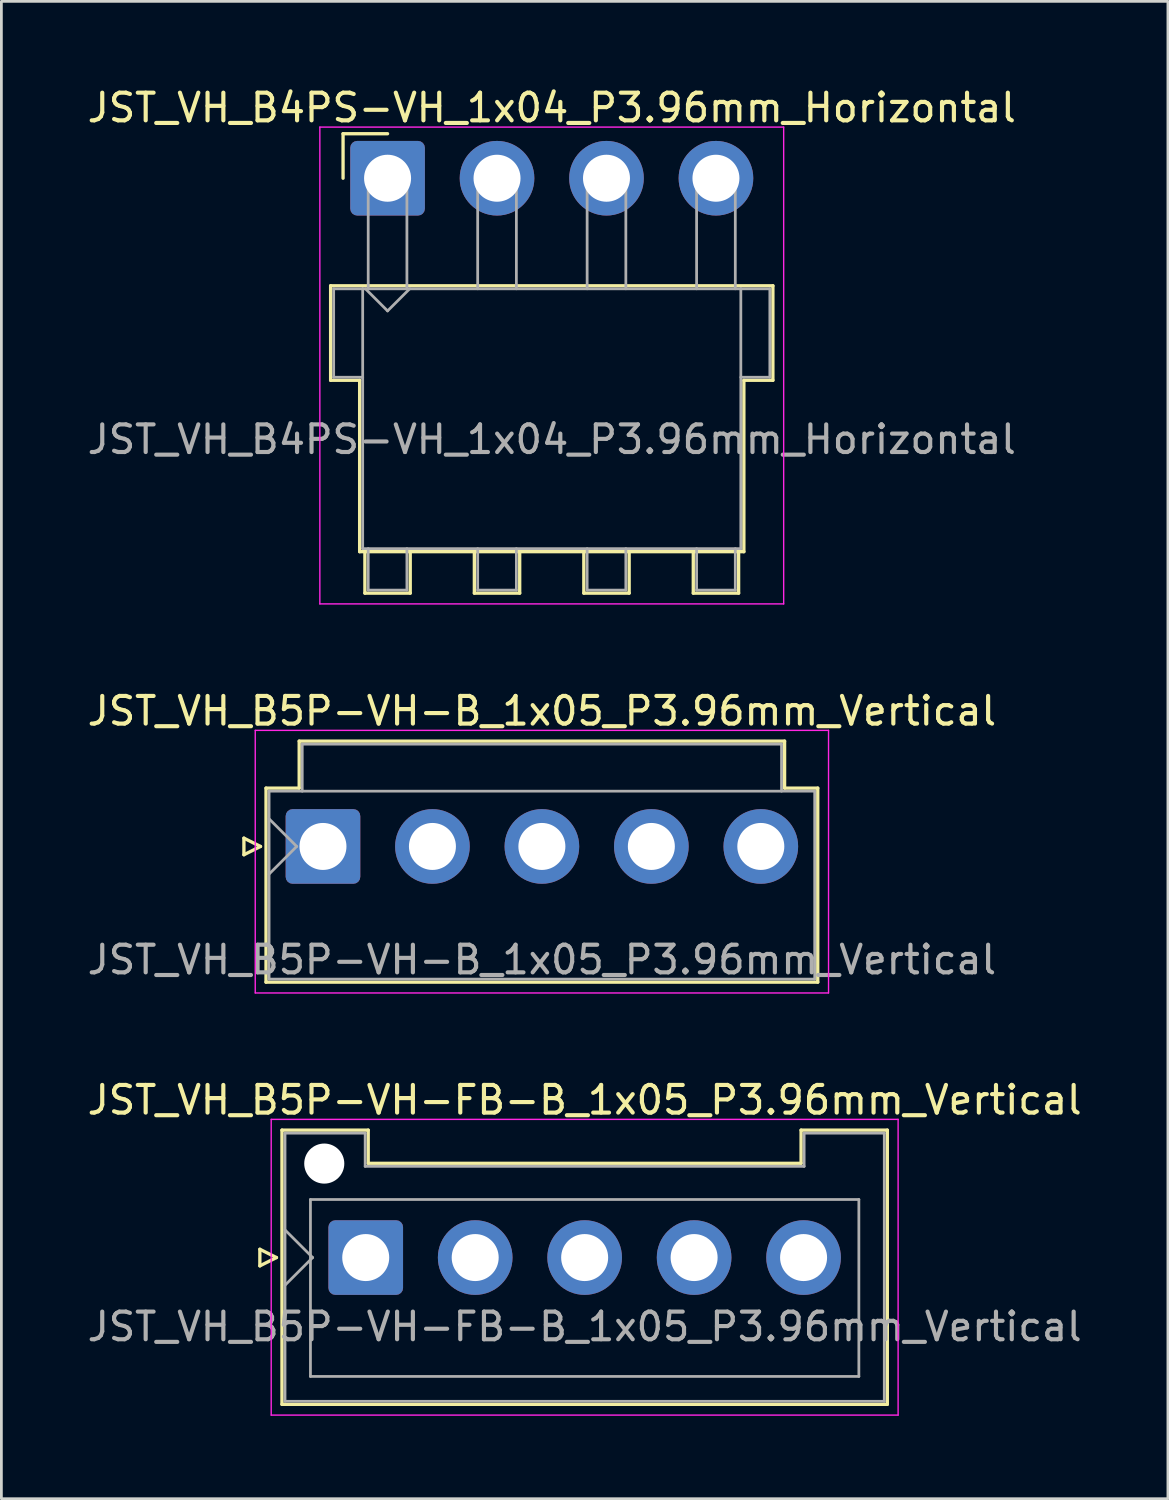
<source format=kicad_pcb>
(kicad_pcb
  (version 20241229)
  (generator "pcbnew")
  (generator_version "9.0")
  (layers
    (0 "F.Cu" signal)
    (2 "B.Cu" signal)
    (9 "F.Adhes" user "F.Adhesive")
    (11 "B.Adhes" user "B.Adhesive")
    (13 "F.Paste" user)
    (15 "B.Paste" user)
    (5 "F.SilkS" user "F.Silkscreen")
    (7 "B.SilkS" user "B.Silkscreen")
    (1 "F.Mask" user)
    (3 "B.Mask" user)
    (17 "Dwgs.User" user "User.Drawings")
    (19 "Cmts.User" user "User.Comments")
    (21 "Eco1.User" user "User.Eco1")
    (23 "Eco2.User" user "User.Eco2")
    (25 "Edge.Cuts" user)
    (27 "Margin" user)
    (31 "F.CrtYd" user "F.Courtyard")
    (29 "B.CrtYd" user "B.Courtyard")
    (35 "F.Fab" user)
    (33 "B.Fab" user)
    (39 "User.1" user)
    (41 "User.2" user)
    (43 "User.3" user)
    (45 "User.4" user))
  (footprint "JST_VH_B5P-VH-FB-B_1x05_P3.96mm_Vertical"
    (layer "F.Cu")
    (at 10.181 42.445)
    (property "Reference" "JST_VH_B5P-VH-FB-B_1x05_P3.96mm_Vertical" (at 7.92 -5.7 0) (layer "F.SilkS") (effects (font (size 1 1) (thickness 0.15))))
    (attr through_hole)
    (fp_line (start -3.83 -0.3) (end -3.23 0) (stroke (width 0.12) (type solid)) (layer "F.SilkS"))
    (fp_line (start -3.83 0.3) (end -3.83 -0.3) (stroke (width 0.12) (type solid)) (layer "F.SilkS"))
    (fp_line (start -3.23 0) (end -3.83 0.3) (stroke (width 0.12) (type solid)) (layer "F.SilkS"))
    (fp_line (start -3.03 -4.61) (end 0.09 -4.61) (stroke (width 0.12) (type solid)) (layer "F.SilkS"))
    (fp_line (start -3.03 5.31) (end -3.03 -4.61) (stroke (width 0.12) (type solid)) (layer "F.SilkS"))
    (fp_line (start 0.09 -4.61) (end 0.09 -3.41) (stroke (width 0.12) (type solid)) (layer "F.SilkS"))
    (fp_line (start 0.09 -3.41) (end 15.75 -3.41) (stroke (width 0.12) (type solid)) (layer "F.SilkS"))
    (fp_line (start 15.75 -4.61) (end 18.87 -4.61) (stroke (width 0.12) (type solid)) (layer "F.SilkS"))
    (fp_line (start 15.75 -3.41) (end 15.75 -4.61) (stroke (width 0.12) (type solid)) (layer "F.SilkS"))
    (fp_line (start 18.87 -4.61) (end 18.87 5.31) (stroke (width 0.12) (type solid)) (layer "F.SilkS"))
    (fp_line (start 18.87 5.31) (end -3.03 5.31) (stroke (width 0.12) (type solid)) (layer "F.SilkS"))
    (fp_line (start -3.42 -5) (end -3.42 5.7) (stroke (width 0.05) (type solid)) (layer "F.CrtYd"))
    (fp_line (start -3.42 5.7) (end 19.26 5.7) (stroke (width 0.05) (type solid)) (layer "F.CrtYd"))
    (fp_line (start 19.26 -5) (end -3.42 -5) (stroke (width 0.05) (type solid)) (layer "F.CrtYd"))
    (fp_line (start 19.26 5.7) (end 19.26 -5) (stroke (width 0.05) (type solid)) (layer "F.CrtYd"))
    (fp_line (start -2.92 -4.5) (end -0.02 -4.5) (stroke (width 0.1) (type solid)) (layer "F.Fab"))
    (fp_line (start -2.92 -1) (end -1.92 0) (stroke (width 0.1) (type solid)) (layer "F.Fab"))
    (fp_line (start -2.92 1) (end -1.92 0) (stroke (width 0.1) (type solid)) (layer "F.Fab"))
    (fp_line (start -2.92 5.2) (end -2.92 -4.5) (stroke (width 0.1) (type solid)) (layer "F.Fab"))
    (fp_line (start -2 -2.1) (end 17.84 -2.1) (stroke (width 0.1) (type solid)) (layer "F.Fab"))
    (fp_line (start -2 4.3) (end -2 -2.1) (stroke (width 0.1) (type solid)) (layer "F.Fab"))
    (fp_line (start -0.02 -4.5) (end -0.02 -3.3) (stroke (width 0.1) (type solid)) (layer "F.Fab"))
    (fp_line (start -0.02 -3.3) (end 15.86 -3.3) (stroke (width 0.1) (type solid)) (layer "F.Fab"))
    (fp_line (start 15.86 -4.5) (end 18.76 -4.5) (stroke (width 0.1) (type solid)) (layer "F.Fab"))
    (fp_line (start 15.86 -3.3) (end 15.86 -4.5) (stroke (width 0.1) (type solid)) (layer "F.Fab"))
    (fp_line (start 17.84 -2.1) (end 17.84 4.3) (stroke (width 0.1) (type solid)) (layer "F.Fab"))
    (fp_line (start 17.84 4.3) (end -2 4.3) (stroke (width 0.1) (type solid)) (layer "F.Fab"))
    (fp_line (start 18.76 -4.5) (end 18.76 5.2) (stroke (width 0.1) (type solid)) (layer "F.Fab"))
    (fp_line (start 18.76 5.2) (end -2.92 5.2) (stroke (width 0.1) (type solid)) (layer "F.Fab"))
    (fp_text user "${REFERENCE}" (at 7.92 2.5 0) (layer "F.Fab") (effects (font (size 1 1) (thickness 0.15))))
    (pad "" np_thru_hole circle (at -1.5 -3.4) (size 1.45 1.45) (drill 1.45) (layers "*.Cu" "*.Mask"))
    (pad "1" thru_hole roundrect (at 0 0) (size 2.7 2.7) (drill 1.7) (layers "*.Cu" "*.Mask") (roundrect_rratio 0.093))
    (pad "2" thru_hole circle (at 3.96 0) (size 2.7 2.7) (drill 1.7) (layers "*.Cu" "*.Mask"))
    (pad "3" thru_hole circle (at 7.92 0) (size 2.7 2.7) (drill 1.7) (layers "*.Cu" "*.Mask"))
    (pad "4" thru_hole circle (at 11.88 0) (size 2.7 2.7) (drill 1.7) (layers "*.Cu" "*.Mask"))
    (pad "5" thru_hole circle (at 15.84 0) (size 2.7 2.7) (drill 1.7) (layers "*.Cu" "*.Mask")))
  (footprint "JST_VH_B5P-VH-B_1x05_P3.96mm_Vertical"
    (layer "F.Cu")
    (at 8.634 27.572)
    (property "Reference" "JST_VH_B5P-VH-B_1x05_P3.96mm_Vertical" (at 7.92 -4.9 0) (layer "F.SilkS") (effects (font (size 1 1) (thickness 0.15))))
    (attr through_hole)
    (fp_line (start -2.86 -0.3) (end -2.26 0) (stroke (width 0.12) (type solid)) (layer "F.SilkS"))
    (fp_line (start -2.86 0.3) (end -2.86 -0.3) (stroke (width 0.12) (type solid)) (layer "F.SilkS"))
    (fp_line (start -2.26 0) (end -2.86 0.3) (stroke (width 0.12) (type solid)) (layer "F.SilkS"))
    (fp_line (start -2.06 -2.11) (end -0.86 -2.11) (stroke (width 0.12) (type solid)) (layer "F.SilkS"))
    (fp_line (start -2.06 4.91) (end -2.06 -2.11) (stroke (width 0.12) (type solid)) (layer "F.SilkS"))
    (fp_line (start -0.86 -3.81) (end 16.7 -3.81) (stroke (width 0.12) (type solid)) (layer "F.SilkS"))
    (fp_line (start -0.86 -2.11) (end -0.86 -3.81) (stroke (width 0.12) (type solid)) (layer "F.SilkS"))
    (fp_line (start 16.7 -3.81) (end 16.7 -2.11) (stroke (width 0.12) (type solid)) (layer "F.SilkS"))
    (fp_line (start 16.7 -2.11) (end 17.9 -2.11) (stroke (width 0.12) (type solid)) (layer "F.SilkS"))
    (fp_line (start 17.9 -2.11) (end 17.9 4.91) (stroke (width 0.12) (type solid)) (layer "F.SilkS"))
    (fp_line (start 17.9 4.91) (end -2.06 4.91) (stroke (width 0.12) (type solid)) (layer "F.SilkS"))
    (fp_line (start -2.45 -4.2) (end -2.45 5.3) (stroke (width 0.05) (type solid)) (layer "F.CrtYd"))
    (fp_line (start -2.45 5.3) (end 18.29 5.3) (stroke (width 0.05) (type solid)) (layer "F.CrtYd"))
    (fp_line (start 18.29 -4.2) (end -2.45 -4.2) (stroke (width 0.05) (type solid)) (layer "F.CrtYd"))
    (fp_line (start 18.29 5.3) (end 18.29 -4.2) (stroke (width 0.05) (type solid)) (layer "F.CrtYd"))
    (fp_line (start -1.95 -2) (end -1.95 4.8) (stroke (width 0.1) (type solid)) (layer "F.Fab"))
    (fp_line (start -1.95 -1) (end -0.95 0) (stroke (width 0.1) (type solid)) (layer "F.Fab"))
    (fp_line (start -1.95 1) (end -0.95 0) (stroke (width 0.1) (type solid)) (layer "F.Fab"))
    (fp_line (start -1.95 4.8) (end 17.79 4.8) (stroke (width 0.1) (type solid)) (layer "F.Fab"))
    (fp_line (start -0.75 -3.7) (end 16.59 -3.7) (stroke (width 0.1) (type solid)) (layer "F.Fab"))
    (fp_line (start -0.75 -2) (end -0.75 -3.7) (stroke (width 0.1) (type solid)) (layer "F.Fab"))
    (fp_line (start 16.59 -3.7) (end 16.59 -2) (stroke (width 0.1) (type solid)) (layer "F.Fab"))
    (fp_line (start 17.79 -2) (end -1.95 -2) (stroke (width 0.1) (type solid)) (layer "F.Fab"))
    (fp_line (start 17.79 4.8) (end 17.79 -2) (stroke (width 0.1) (type solid)) (layer "F.Fab"))
    (fp_text user "${REFERENCE}" (at 7.92 4.1 0) (layer "F.Fab") (effects (font (size 1 1) (thickness 0.15))))
    (pad "1" thru_hole roundrect (at 0 0) (size 2.7 2.7) (drill 1.7) (layers "*.Cu" "*.Mask") (roundrect_rratio 0.093))
    (pad "2" thru_hole circle (at 3.96 0) (size 2.7 2.7) (drill 1.7) (layers "*.Cu" "*.Mask"))
    (pad "3" thru_hole circle (at 7.92 0) (size 2.7 2.7) (drill 1.7) (layers "*.Cu" "*.Mask"))
    (pad "4" thru_hole circle (at 11.88 0) (size 2.7 2.7) (drill 1.7) (layers "*.Cu" "*.Mask"))
    (pad "5" thru_hole circle (at 15.84 0) (size 2.7 2.7) (drill 1.7) (layers "*.Cu" "*.Mask")))
  (footprint "JST_VH_B4PS-VH_1x04_P3.96mm_Horizontal"
    (layer "F.Cu")
    (at 10.971 3.398)
    (property "Reference" "JST_VH_B4PS-VH_1x04_P3.96mm_Horizontal" (at 5.94 -2.55 0) (layer "F.SilkS") (effects (font (size 1 1) (thickness 0.15))))
    (attr through_hole)
    (fp_line (start -2.06 3.89) (end 13.94 3.89) (stroke (width 0.12) (type solid)) (layer "F.SilkS"))
    (fp_line (start -2.06 7.31) (end -2.06 3.89) (stroke (width 0.12) (type solid)) (layer "F.SilkS"))
    (fp_line (start -1.61 -1.61) (end -1.61 0) (stroke (width 0.12) (type solid)) (layer "F.SilkS"))
    (fp_line (start -1.01 7.31) (end -2.06 7.31) (stroke (width 0.12) (type solid)) (layer "F.SilkS"))
    (fp_line (start -1.01 13.51) (end -1.01 7.31) (stroke (width 0.12) (type solid)) (layer "F.SilkS"))
    (fp_line (start -0.82 13.51) (end -0.82 15.01) (stroke (width 0.12) (type solid)) (layer "F.SilkS"))
    (fp_line (start -0.82 15.01) (end 0.82 15.01) (stroke (width 0.12) (type solid)) (layer "F.SilkS"))
    (fp_line (start 0 -1.61) (end -1.61 -1.61) (stroke (width 0.12) (type solid)) (layer "F.SilkS"))
    (fp_line (start 0.82 15.01) (end 0.82 13.51) (stroke (width 0.12) (type solid)) (layer "F.SilkS"))
    (fp_line (start 3.14 13.51) (end 3.14 15.01) (stroke (width 0.12) (type solid)) (layer "F.SilkS"))
    (fp_line (start 3.14 15.01) (end 4.78 15.01) (stroke (width 0.12) (type solid)) (layer "F.SilkS"))
    (fp_line (start 4.78 15.01) (end 4.78 13.51) (stroke (width 0.12) (type solid)) (layer "F.SilkS"))
    (fp_line (start 7.1 13.51) (end 7.1 15.01) (stroke (width 0.12) (type solid)) (layer "F.SilkS"))
    (fp_line (start 7.1 15.01) (end 8.74 15.01) (stroke (width 0.12) (type solid)) (layer "F.SilkS"))
    (fp_line (start 8.74 15.01) (end 8.74 13.51) (stroke (width 0.12) (type solid)) (layer "F.SilkS"))
    (fp_line (start 11.06 13.51) (end 11.06 15.01) (stroke (width 0.12) (type solid)) (layer "F.SilkS"))
    (fp_line (start 11.06 15.01) (end 12.7 15.01) (stroke (width 0.12) (type solid)) (layer "F.SilkS"))
    (fp_line (start 12.7 15.01) (end 12.7 13.51) (stroke (width 0.12) (type solid)) (layer "F.SilkS"))
    (fp_line (start 12.89 7.31) (end 12.89 13.51) (stroke (width 0.12) (type solid)) (layer "F.SilkS"))
    (fp_line (start 12.89 13.51) (end -1.01 13.51) (stroke (width 0.12) (type solid)) (layer "F.SilkS"))
    (fp_line (start 13.94 3.89) (end 13.94 7.31) (stroke (width 0.12) (type solid)) (layer "F.SilkS"))
    (fp_line (start 13.94 7.31) (end 12.89 7.31) (stroke (width 0.12) (type solid)) (layer "F.SilkS"))
    (fp_line (start -2.45 -1.85) (end -2.45 15.4) (stroke (width 0.05) (type solid)) (layer "F.CrtYd"))
    (fp_line (start -2.45 15.4) (end 14.33 15.4) (stroke (width 0.05) (type solid)) (layer "F.CrtYd"))
    (fp_line (start 14.33 -1.85) (end -2.45 -1.85) (stroke (width 0.05) (type solid)) (layer "F.CrtYd"))
    (fp_line (start 14.33 15.4) (end 14.33 -1.85) (stroke (width 0.05) (type solid)) (layer "F.CrtYd"))
    (fp_line (start -1.95 4) (end -0.9 4) (stroke (width 0.1) (type solid)) (layer "F.Fab"))
    (fp_line (start -1.95 7.2) (end -1.95 4) (stroke (width 0.1) (type solid)) (layer "F.Fab"))
    (fp_line (start -0.9 4) (end -0.9 13.4) (stroke (width 0.1) (type solid)) (layer "F.Fab"))
    (fp_line (start -0.9 7.2) (end -1.95 7.2) (stroke (width 0.1) (type solid)) (layer "F.Fab"))
    (fp_line (start -0.9 13.4) (end 12.78 13.4) (stroke (width 0.1) (type solid)) (layer "F.Fab"))
    (fp_line (start -0.8 4) (end 0 4.8) (stroke (width 0.1) (type solid)) (layer "F.Fab"))
    (fp_line (start -0.7 0) (end 0.7 0) (stroke (width 0.1) (type solid)) (layer "F.Fab"))
    (fp_line (start -0.7 4) (end -0.7 0) (stroke (width 0.1) (type solid)) (layer "F.Fab"))
    (fp_line (start -0.7 13.4) (end -0.7 14.9) (stroke (width 0.1) (type solid)) (layer "F.Fab"))
    (fp_line (start -0.7 14.9) (end 0.7 14.9) (stroke (width 0.1) (type solid)) (layer "F.Fab"))
    (fp_line (start 0 4.8) (end 0.8 4) (stroke (width 0.1) (type solid)) (layer "F.Fab"))
    (fp_line (start 0.7 0) (end 0.7 4) (stroke (width 0.1) (type solid)) (layer "F.Fab"))
    (fp_line (start 0.7 14.9) (end 0.7 13.4) (stroke (width 0.1) (type solid)) (layer "F.Fab"))
    (fp_line (start 3.26 0) (end 4.66 0) (stroke (width 0.1) (type solid)) (layer "F.Fab"))
    (fp_line (start 3.26 4) (end 3.26 0) (stroke (width 0.1) (type solid)) (layer "F.Fab"))
    (fp_line (start 3.26 13.4) (end 3.26 14.9) (stroke (width 0.1) (type solid)) (layer "F.Fab"))
    (fp_line (start 3.26 14.9) (end 4.66 14.9) (stroke (width 0.1) (type solid)) (layer "F.Fab"))
    (fp_line (start 4.66 0) (end 4.66 4) (stroke (width 0.1) (type solid)) (layer "F.Fab"))
    (fp_line (start 4.66 14.9) (end 4.66 13.4) (stroke (width 0.1) (type solid)) (layer "F.Fab"))
    (fp_line (start 7.22 0) (end 8.62 0) (stroke (width 0.1) (type solid)) (layer "F.Fab"))
    (fp_line (start 7.22 4) (end 7.22 0) (stroke (width 0.1) (type solid)) (layer "F.Fab"))
    (fp_line (start 7.22 13.4) (end 7.22 14.9) (stroke (width 0.1) (type solid)) (layer "F.Fab"))
    (fp_line (start 7.22 14.9) (end 8.62 14.9) (stroke (width 0.1) (type solid)) (layer "F.Fab"))
    (fp_line (start 8.62 0) (end 8.62 4) (stroke (width 0.1) (type solid)) (layer "F.Fab"))
    (fp_line (start 8.62 14.9) (end 8.62 13.4) (stroke (width 0.1) (type solid)) (layer "F.Fab"))
    (fp_line (start 11.18 0) (end 12.58 0) (stroke (width 0.1) (type solid)) (layer "F.Fab"))
    (fp_line (start 11.18 4) (end 11.18 0) (stroke (width 0.1) (type solid)) (layer "F.Fab"))
    (fp_line (start 11.18 13.4) (end 11.18 14.9) (stroke (width 0.1) (type solid)) (layer "F.Fab"))
    (fp_line (start 11.18 14.9) (end 12.58 14.9) (stroke (width 0.1) (type solid)) (layer "F.Fab"))
    (fp_line (start 12.58 0) (end 12.58 4) (stroke (width 0.1) (type solid)) (layer "F.Fab"))
    (fp_line (start 12.58 14.9) (end 12.58 13.4) (stroke (width 0.1) (type solid)) (layer "F.Fab"))
    (fp_line (start 12.78 4) (end -0.9 4) (stroke (width 0.1) (type solid)) (layer "F.Fab"))
    (fp_line (start 12.78 4) (end 13.83 4) (stroke (width 0.1) (type solid)) (layer "F.Fab"))
    (fp_line (start 12.78 13.4) (end 12.78 4) (stroke (width 0.1) (type solid)) (layer "F.Fab"))
    (fp_line (start 13.83 4) (end 13.83 7.2) (stroke (width 0.1) (type solid)) (layer "F.Fab"))
    (fp_line (start 13.83 7.2) (end 12.78 7.2) (stroke (width 0.1) (type solid)) (layer "F.Fab"))
    (fp_text user "${REFERENCE}" (at 5.94 9.45 0) (layer "F.Fab") (effects (font (size 1 1) (thickness 0.15))))
    (pad "1" thru_hole roundrect (at 0 0) (size 2.7 2.7) (drill 1.7) (layers "*.Cu" "*.Mask") (roundrect_rratio 0.093))
    (pad "2" thru_hole circle (at 3.96 0) (size 2.7 2.7) (drill 1.7) (layers "*.Cu" "*.Mask"))
    (pad "3" thru_hole circle (at 7.92 0) (size 2.7 2.7) (drill 1.7) (layers "*.Cu" "*.Mask"))
    (pad "4" thru_hole circle (at 11.88 0) (size 2.7 2.7) (drill 1.7) (layers "*.Cu" "*.Mask")))
  (gr_rect
    (start -3 -3)
    (end 39.202 51.17)
    (stroke (width 0.1) (type default))
    (fill no)
    (layer "Edge.Cuts")))
</source>
